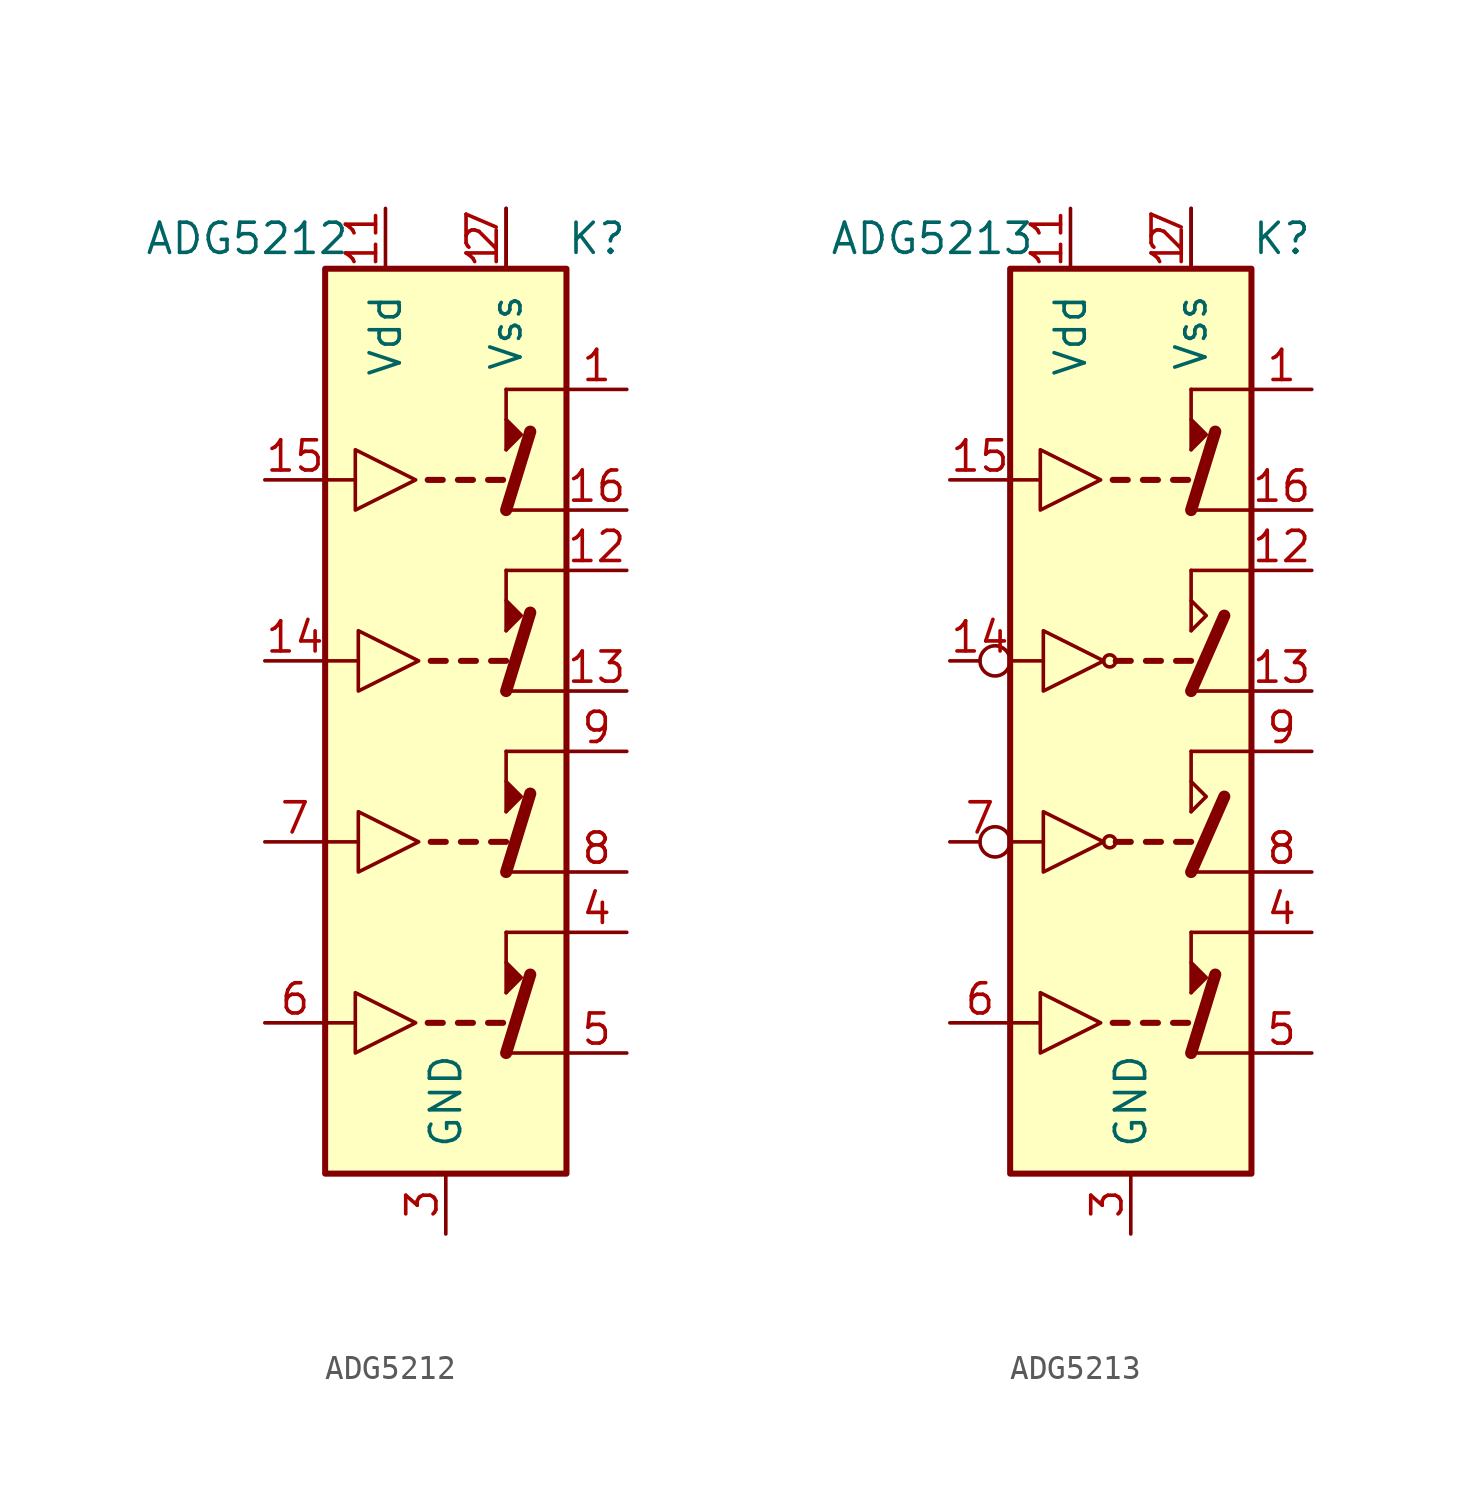
<source format=kicad_sym>
(kicad_symbol_lib
  (version 20231120)
  (generator "kicad_symbol_editor")
  (generator_version "8.0")
  (symbol "ADG5212"
    (pin_names
      (offset 1.016))
    (property "Reference" "K"
      (at 5.08 20.32 0)
      (effects (font (size 1.27 1.27)) (justify left)))
    (property "Value" "ADG5212"
      (at -12.7 20.32 0)
      (effects (font (size 1.27 1.27)) (justify left)))
    (symbol "ADG5212_0_1"
      (polyline (pts (xy -3.81 -12.7) (xy -5.08 -12.7)) (stroke (width 0) (type solid)) (fill (type none)))
      (polyline (pts (xy -3.81 10.16) (xy -5.08 10.16)) (stroke (width 0) (type solid)) (fill (type none)))
      (polyline (pts (xy -3.683 -5.08) (xy -4.953 -5.08)) (stroke (width 0) (type solid)) (fill (type none)))
      (polyline (pts (xy -3.683 2.54) (xy -4.953 2.54)) (stroke (width 0) (type solid)) (fill (type none)))
      (polyline (pts (xy -0.762 -12.7) (xy -0.127 -12.7)) (stroke (width 0.254) (type solid)) (fill (type none)))
      (polyline (pts (xy -0.762 10.16) (xy -0.127 10.16)) (stroke (width 0.254) (type solid)) (fill (type none)))
      (polyline (pts (xy -0.635 -5.08) (xy 0 -5.08)) (stroke (width 0.254) (type solid)) (fill (type none)))
      (polyline (pts (xy -0.635 2.54) (xy 0 2.54)) (stroke (width 0.254) (type solid)) (fill (type none)))
      (polyline (pts (xy 0.508 -12.7) (xy 1.143 -12.7)) (stroke (width 0.254) (type solid)) (fill (type none)))
      (polyline (pts (xy 0.508 10.16) (xy 1.143 10.16)) (stroke (width 0.254) (type solid)) (fill (type none)))
      (polyline (pts (xy 0.635 -5.08) (xy 1.27 -5.08)) (stroke (width 0.254) (type solid)) (fill (type none)))
      (polyline (pts (xy 0.635 2.54) (xy 1.27 2.54)) (stroke (width 0.254) (type solid)) (fill (type none)))
      (polyline (pts (xy 1.778 -12.7) (xy 2.413 -12.7)) (stroke (width 0.254) (type solid)) (fill (type none)))
      (polyline (pts (xy 1.778 10.16) (xy 2.413 10.16)) (stroke (width 0.254) (type solid)) (fill (type none)))
      (polyline (pts (xy 1.905 -5.08) (xy 2.54 -5.08)) (stroke (width 0.254) (type solid)) (fill (type none)))
      (polyline (pts (xy 1.905 2.54) (xy 2.54 2.54)) (stroke (width 0.254) (type solid)) (fill (type none)))
      (polyline (pts (xy 2.54 -13.97) (xy 5.08 -13.97)) (stroke (width 0) (type solid)) (fill (type none)))
      (polyline (pts (xy 2.54 -11.43) (xy 2.54 -8.89)) (stroke (width 0) (type solid)) (fill (type none)))
      (polyline (pts (xy 2.54 -6.35) (xy 5.08 -6.35)) (stroke (width 0) (type solid)) (fill (type none)))
      (polyline (pts (xy 2.54 1.27) (xy 5.08 1.27)) (stroke (width 0) (type solid)) (fill (type none)))
      (polyline (pts (xy 2.54 8.89) (xy 5.08 8.89)) (stroke (width 0) (type solid)) (fill (type none)))
      (polyline (pts (xy 2.54 11.43) (xy 2.54 13.97)) (stroke (width 0) (type solid)) (fill (type none)))
      (polyline (pts (xy 3.556 -10.668) (xy 2.54 -13.97)) (stroke (width 0.508) (type solid)) (fill (type none)))
      (polyline (pts (xy 3.556 12.192) (xy 2.54 8.89)) (stroke (width 0.508) (type solid)) (fill (type none)))
      (polyline (pts (xy 5.08 -8.89) (xy 2.54 -8.89)) (stroke (width 0) (type solid)) (fill (type none)))
      (polyline (pts (xy 5.08 -1.27) (xy 2.54 -1.27)) (stroke (width 0) (type solid)) (fill (type none)))
      (polyline (pts (xy 5.08 6.35) (xy 2.54 6.35)) (stroke (width 0) (type solid)) (fill (type none)))
      (polyline (pts (xy 5.08 13.97) (xy 2.54 13.97)) (stroke (width 0) (type solid)) (fill (type none)))
      (polyline (pts (xy 2.54 -11.43) (xy 3.175 -10.795) (xy 2.54 -10.16)) (stroke (width 0) (type solid)) (fill (type outline)))
      (polyline (pts (xy 2.54 11.43) (xy 3.175 12.065) (xy 2.54 12.7)) (stroke (width 0) (type solid)) (fill (type outline)))
      (polyline (pts (xy -3.81 -11.43) (xy -3.81 -13.97) (xy -1.27 -12.7) (xy -3.81 -11.43)) (stroke (width 0) (type solid)) (fill (type none)))
      (polyline (pts (xy -3.81 11.43) (xy -3.81 8.89) (xy -1.27 10.16) (xy -3.81 11.43)) (stroke (width 0) (type solid)) (fill (type none)))
      (polyline (pts (xy -3.683 -3.81) (xy -3.683 -6.35) (xy -1.143 -5.08) (xy -3.683 -3.81)) (stroke (width 0) (type solid)) (fill (type none)))
      (polyline (pts (xy -3.683 3.81) (xy -3.683 1.27) (xy -1.143 2.54) (xy -3.683 3.81)) (stroke (width 0) (type solid)) (fill (type none)))
      (rectangle (start 5.08 19.05) (end -5.08 -19.05) (stroke (width 0.254) (type solid)) (fill (type background))))
    (symbol "ADG5212_1_1"
      (polyline (pts (xy 2.54 -3.81) (xy 2.54 -1.27)) (stroke (width 0) (type solid)) (fill (type none)))
      (polyline (pts (xy 2.54 3.81) (xy 2.54 6.35)) (stroke (width 0) (type solid)) (fill (type none)))
      (polyline (pts (xy 3.556 -3.048) (xy 2.54 -6.35)) (stroke (width 0.508) (type solid)) (fill (type none)))
      (polyline (pts (xy 3.556 4.572) (xy 2.54 1.27)) (stroke (width 0.508) (type solid)) (fill (type none)))
      (polyline (pts (xy 2.54 -3.81) (xy 3.175 -3.175) (xy 2.54 -2.54)) (stroke (width 0) (type solid)) (fill (type outline)))
      (polyline (pts (xy 2.54 3.81) (xy 3.175 4.445) (xy 2.54 5.08)) (stroke (width 0) (type solid)) (fill (type outline)))
      (pin passive line (at 7.62 13.97 180) (length 2.54) (name "~" (effects (font (size 1.27 1.27)))) (number "1" (effects (font (size 1.27 1.27)))))
      (pin power_in line (at -2.54 21.59 270) (length 2.54) (name "Vdd" (effects (font (size 1.27 1.27)))) (number "11" (effects (font (size 1.27 1.27)))))
      (pin passive line (at 7.62 6.35 180) (length 2.54) (name "~" (effects (font (size 1.27 1.27)))) (number "12" (effects (font (size 1.27 1.27)))))
      (pin passive line (at 7.62 1.27 180) (length 2.54) (name "~" (effects (font (size 1.27 1.27)))) (number "13" (effects (font (size 1.27 1.27)))))
      (pin input line (at -7.62 2.54 0) (length 2.54) (name "~" (effects (font (size 1.27 1.27)))) (number "14" (effects (font (size 1.27 1.27)))))
      (pin input line (at -7.62 10.16 0) (length 2.54) (name "~" (effects (font (size 1.27 1.27)))) (number "15" (effects (font (size 1.27 1.27)))))
      (pin passive line (at 7.62 8.89 180) (length 2.54) (name "~" (effects (font (size 1.27 1.27)))) (number "16" (effects (font (size 1.27 1.27)))))
      (pin power_in line (at 2.54 21.59 270) (length 2.54) (name "~" (effects (font (size 1.27 1.27)))) (number "17" (effects (font (size 1.27 1.27)))))
      (pin power_in line (at 2.54 21.59 270) (length 2.54) (name "Vss" (effects (font (size 1.27 1.27)))) (number "2" (effects (font (size 1.27 1.27)))))
      (pin power_in line (at 0 -21.59 90) (length 2.54) (name "GND" (effects (font (size 1.27 1.27)))) (number "3" (effects (font (size 1.27 1.27)))))
      (pin passive line (at 7.62 -8.89 180) (length 2.54) (name "~" (effects (font (size 1.27 1.27)))) (number "4" (effects (font (size 1.27 1.27)))))
      (pin passive line (at 7.62 -13.97 180) (length 2.54) (name "~" (effects (font (size 1.27 1.27)))) (number "5" (effects (font (size 1.27 1.27)))))
      (pin input line (at -7.62 -12.7 0) (length 2.54) (name "~" (effects (font (size 1.27 1.27)))) (number "6" (effects (font (size 1.27 1.27)))))
      (pin passive line (at -7.62 -5.08 0) (length 2.54) (name "~" (effects (font (size 1.27 1.27)))) (number "7" (effects (font (size 1.27 1.27)))))
      (pin passive line (at 7.62 -6.35 180) (length 2.54) (name "~" (effects (font (size 1.27 1.27)))) (number "8" (effects (font (size 1.27 1.27)))))
      (pin passive line (at 7.62 -1.27 180) (length 2.54) (name "~" (effects (font (size 1.27 1.27)))) (number "9" (effects (font (size 1.27 1.27)))))))
  (symbol "ADG5213"
    (pin_names
      (offset 1.016))
    (property "Reference" "K"
      (at 5.08 20.32 0)
      (effects (font (size 1.27 1.27)) (justify left)))
    (property "Value" "ADG5213"
      (at -12.7 20.32 0)
      (effects (font (size 1.27 1.27)) (justify left)))
    (symbol "ADG5213_0_1"
      (circle (center -0.889 -5.08) (radius 0.254) (stroke (width 0) (type solid)) (fill (type none)))
      (circle (center -0.889 2.54) (radius 0.254) (stroke (width 0) (type solid)) (fill (type none)))
      (polyline (pts (xy -3.81 -12.7) (xy -5.08 -12.7)) (stroke (width 0) (type solid)) (fill (type none)))
      (polyline (pts (xy -3.81 10.16) (xy -5.08 10.16)) (stroke (width 0) (type solid)) (fill (type none)))
      (polyline (pts (xy -3.683 -5.08) (xy -4.953 -5.08)) (stroke (width 0) (type solid)) (fill (type none)))
      (polyline (pts (xy -3.683 2.54) (xy -4.953 2.54)) (stroke (width 0) (type solid)) (fill (type none)))
      (polyline (pts (xy -0.762 -12.7) (xy -0.127 -12.7)) (stroke (width 0.254) (type solid)) (fill (type none)))
      (polyline (pts (xy -0.762 10.16) (xy -0.127 10.16)) (stroke (width 0.254) (type solid)) (fill (type none)))
      (polyline (pts (xy -0.635 -5.08) (xy 0 -5.08)) (stroke (width 0.254) (type solid)) (fill (type none)))
      (polyline (pts (xy -0.635 2.54) (xy 0 2.54)) (stroke (width 0.254) (type solid)) (fill (type none)))
      (polyline (pts (xy 0.508 -12.7) (xy 1.143 -12.7)) (stroke (width 0.254) (type solid)) (fill (type none)))
      (polyline (pts (xy 0.508 10.16) (xy 1.143 10.16)) (stroke (width 0.254) (type solid)) (fill (type none)))
      (polyline (pts (xy 0.635 -5.08) (xy 1.27 -5.08)) (stroke (width 0.254) (type solid)) (fill (type none)))
      (polyline (pts (xy 0.635 2.54) (xy 1.27 2.54)) (stroke (width 0.254) (type solid)) (fill (type none)))
      (polyline (pts (xy 1.778 -12.7) (xy 2.413 -12.7)) (stroke (width 0.254) (type solid)) (fill (type none)))
      (polyline (pts (xy 1.778 10.16) (xy 2.413 10.16)) (stroke (width 0.254) (type solid)) (fill (type none)))
      (polyline (pts (xy 1.905 -5.08) (xy 2.54 -5.08)) (stroke (width 0.254) (type solid)) (fill (type none)))
      (polyline (pts (xy 1.905 2.54) (xy 2.54 2.54)) (stroke (width 0.254) (type solid)) (fill (type none)))
      (polyline (pts (xy 2.54 -13.97) (xy 5.08 -13.97)) (stroke (width 0) (type solid)) (fill (type none)))
      (polyline (pts (xy 2.54 -11.43) (xy 2.54 -8.89)) (stroke (width 0) (type solid)) (fill (type none)))
      (polyline (pts (xy 2.54 -6.35) (xy 5.08 -6.35)) (stroke (width 0) (type solid)) (fill (type none)))
      (polyline (pts (xy 2.54 -3.81) (xy 2.54 -1.27)) (stroke (width 0) (type solid)) (fill (type none)))
      (polyline (pts (xy 2.54 1.27) (xy 5.08 1.27)) (stroke (width 0) (type solid)) (fill (type none)))
      (polyline (pts (xy 2.54 3.81) (xy 2.54 6.35)) (stroke (width 0) (type solid)) (fill (type none)))
      (polyline (pts (xy 2.54 8.89) (xy 5.08 8.89)) (stroke (width 0) (type solid)) (fill (type none)))
      (polyline (pts (xy 2.54 11.43) (xy 2.54 13.97)) (stroke (width 0) (type solid)) (fill (type none)))
      (polyline (pts (xy 3.556 -10.668) (xy 2.54 -13.97)) (stroke (width 0.508) (type solid)) (fill (type none)))
      (polyline (pts (xy 3.556 12.192) (xy 2.54 8.89)) (stroke (width 0.508) (type solid)) (fill (type none)))
      (polyline (pts (xy 3.937 -3.175) (xy 2.54 -6.35)) (stroke (width 0.508) (type solid)) (fill (type none)))
      (polyline (pts (xy 3.937 4.445) (xy 2.54 1.27)) (stroke (width 0.508) (type solid)) (fill (type none)))
      (polyline (pts (xy 5.08 -8.89) (xy 2.54 -8.89)) (stroke (width 0) (type solid)) (fill (type none)))
      (polyline (pts (xy 5.08 -1.27) (xy 2.54 -1.27)) (stroke (width 0) (type solid)) (fill (type none)))
      (polyline (pts (xy 5.08 6.35) (xy 2.54 6.35)) (stroke (width 0) (type solid)) (fill (type none)))
      (polyline (pts (xy 5.08 13.97) (xy 2.54 13.97)) (stroke (width 0) (type solid)) (fill (type none)))
      (polyline (pts (xy 2.54 -11.43) (xy 3.175 -10.795) (xy 2.54 -10.16)) (stroke (width 0) (type solid)) (fill (type outline)))
      (polyline (pts (xy 2.54 -2.54) (xy 3.175 -3.175) (xy 2.54 -3.81)) (stroke (width 0) (type solid)) (fill (type none)))
      (polyline (pts (xy 2.54 5.08) (xy 3.175 4.445) (xy 2.54 3.81)) (stroke (width 0) (type solid)) (fill (type none)))
      (polyline (pts (xy 2.54 11.43) (xy 3.175 12.065) (xy 2.54 12.7)) (stroke (width 0) (type solid)) (fill (type outline)))
      (polyline (pts (xy -3.81 -11.43) (xy -3.81 -13.97) (xy -1.27 -12.7) (xy -3.81 -11.43)) (stroke (width 0) (type solid)) (fill (type none)))
      (polyline (pts (xy -3.81 11.43) (xy -3.81 8.89) (xy -1.27 10.16) (xy -3.81 11.43)) (stroke (width 0) (type solid)) (fill (type none)))
      (polyline (pts (xy -3.683 -3.81) (xy -3.683 -6.35) (xy -1.143 -5.08) (xy -3.683 -3.81)) (stroke (width 0) (type solid)) (fill (type none)))
      (polyline (pts (xy -3.683 3.81) (xy -3.683 1.27) (xy -1.143 2.54) (xy -3.683 3.81)) (stroke (width 0) (type solid)) (fill (type none)))
      (rectangle (start 5.08 19.05) (end -5.08 -19.05) (stroke (width 0.254) (type solid)) (fill (type background))))
    (symbol "ADG5213_1_1"
      (pin passive line (at 7.62 13.97 180) (length 2.54) (name "~" (effects (font (size 1.27 1.27)))) (number "1" (effects (font (size 1.27 1.27)))))
      (pin power_in line (at -2.54 21.59 270) (length 2.54) (name "Vdd" (effects (font (size 1.27 1.27)))) (number "11" (effects (font (size 1.27 1.27)))))
      (pin passive line (at 7.62 6.35 180) (length 2.54) (name "~" (effects (font (size 1.27 1.27)))) (number "12" (effects (font (size 1.27 1.27)))))
      (pin passive line (at 7.62 1.27 180) (length 2.54) (name "~" (effects (font (size 1.27 1.27)))) (number "13" (effects (font (size 1.27 1.27)))))
      (pin input inverted (at -7.62 2.54 0) (length 2.54) (name "~" (effects (font (size 1.27 1.27)))) (number "14" (effects (font (size 1.27 1.27)))))
      (pin input line (at -7.62 10.16 0) (length 2.54) (name "~" (effects (font (size 1.27 1.27)))) (number "15" (effects (font (size 1.27 1.27)))))
      (pin passive line (at 7.62 8.89 180) (length 2.54) (name "~" (effects (font (size 1.27 1.27)))) (number "16" (effects (font (size 1.27 1.27)))))
      (pin power_in line (at 2.54 21.59 270) (length 2.54) (name "~" (effects (font (size 1.27 1.27)))) (number "17" (effects (font (size 1.27 1.27)))))
      (pin power_in line (at 2.54 21.59 270) (length 2.54) (name "Vss" (effects (font (size 1.27 1.27)))) (number "2" (effects (font (size 1.27 1.27)))))
      (pin power_in line (at 0 -21.59 90) (length 2.54) (name "GND" (effects (font (size 1.27 1.27)))) (number "3" (effects (font (size 1.27 1.27)))))
      (pin passive line (at 7.62 -8.89 180) (length 2.54) (name "~" (effects (font (size 1.27 1.27)))) (number "4" (effects (font (size 1.27 1.27)))))
      (pin passive line (at 7.62 -13.97 180) (length 2.54) (name "~" (effects (font (size 1.27 1.27)))) (number "5" (effects (font (size 1.27 1.27)))))
      (pin input line (at -7.62 -12.7 0) (length 2.54) (name "~" (effects (font (size 1.27 1.27)))) (number "6" (effects (font (size 1.27 1.27)))))
      (pin passive inverted (at -7.62 -5.08 0) (length 2.54) (name "~" (effects (font (size 1.27 1.27)))) (number "7" (effects (font (size 1.27 1.27)))))
      (pin passive line (at 7.62 -6.35 180) (length 2.54) (name "~" (effects (font (size 1.27 1.27)))) (number "8" (effects (font (size 1.27 1.27)))))
      (pin passive line (at 7.62 -1.27 180) (length 2.54) (name "~" (effects (font (size 1.27 1.27)))) (number "9" (effects (font (size 1.27 1.27))))))))
</source>
